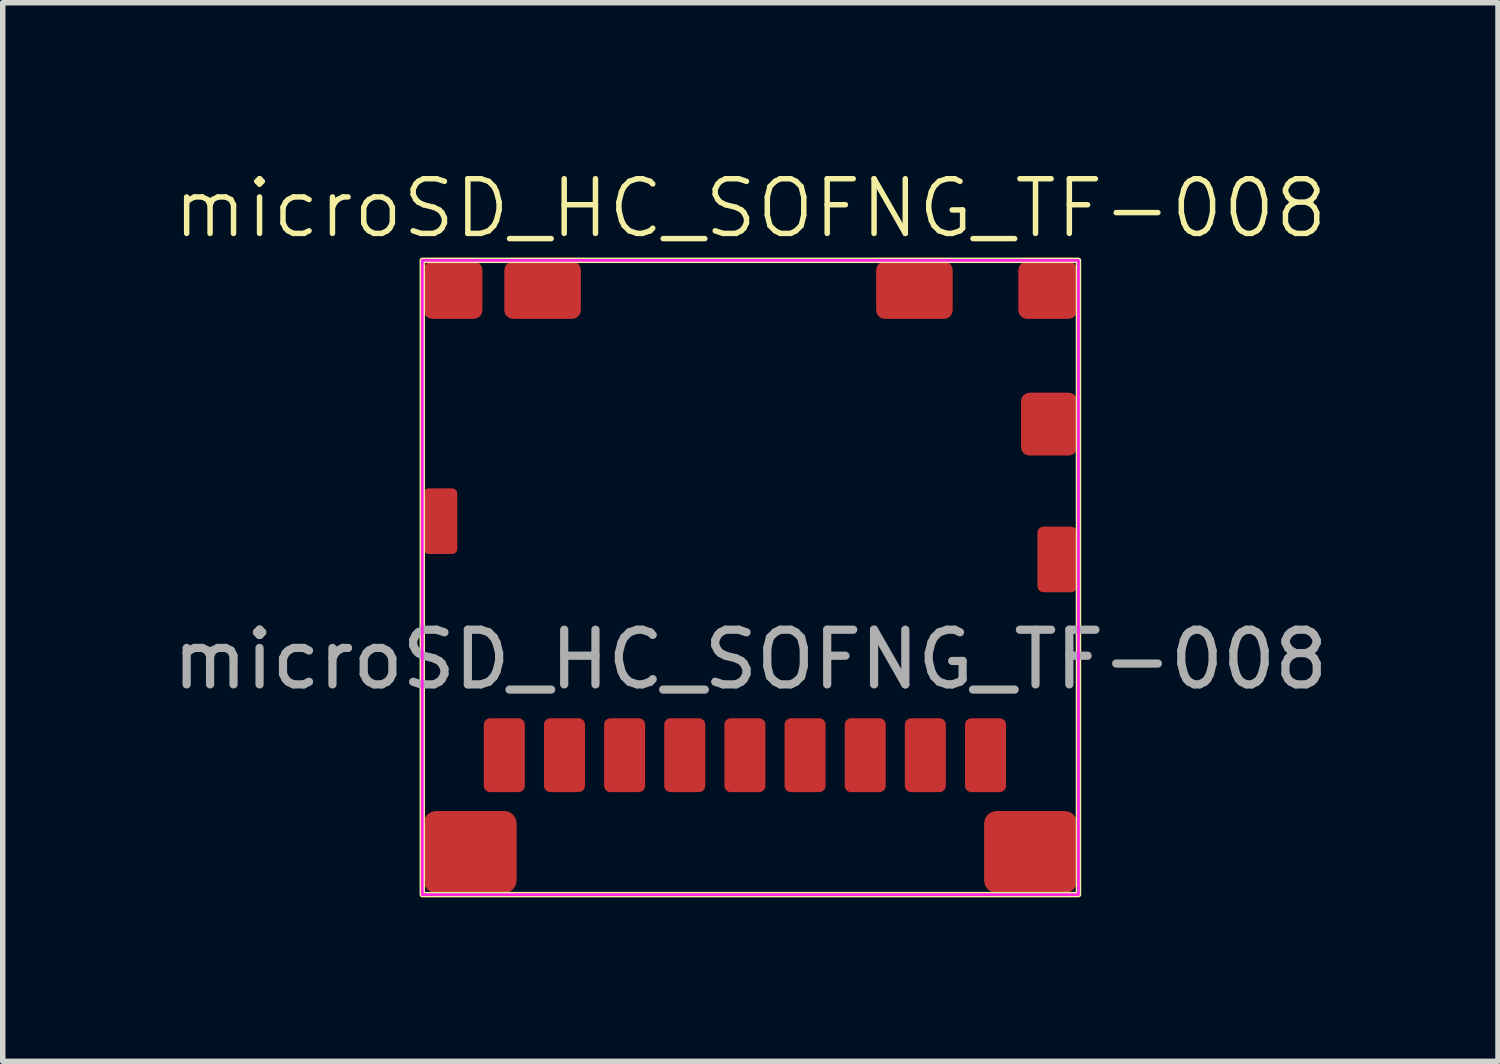
<source format=kicad_pcb>
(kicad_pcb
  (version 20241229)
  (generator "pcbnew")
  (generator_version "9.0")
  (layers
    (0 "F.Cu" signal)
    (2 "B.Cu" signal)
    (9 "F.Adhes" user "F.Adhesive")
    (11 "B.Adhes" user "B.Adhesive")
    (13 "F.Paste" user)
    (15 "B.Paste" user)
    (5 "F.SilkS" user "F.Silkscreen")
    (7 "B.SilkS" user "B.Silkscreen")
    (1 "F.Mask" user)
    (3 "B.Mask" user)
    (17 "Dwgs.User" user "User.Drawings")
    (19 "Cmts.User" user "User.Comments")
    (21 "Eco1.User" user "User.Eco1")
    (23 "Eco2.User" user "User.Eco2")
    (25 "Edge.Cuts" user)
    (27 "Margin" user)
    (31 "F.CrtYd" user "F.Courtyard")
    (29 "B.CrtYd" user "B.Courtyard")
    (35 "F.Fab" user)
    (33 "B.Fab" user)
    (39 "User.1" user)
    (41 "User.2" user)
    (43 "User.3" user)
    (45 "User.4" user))
  (footprint "microSD_HC_SOFNG_TF-008"
    (layer "F.Cu")
    (at 10.673 10.761)
    (property "Reference" "microSD_HC_SOFNG_TF-008" (at 0 -10 0) (unlocked yes) (layer "F.SilkS") (effects (font (size 1 1) (thickness 0.1))))
    (attr smd)
    (fp_rect (start -6 -9.05) (end 6 2.55) (stroke (width 0.1) (type default)) (fill no) (layer "F.SilkS"))
    (fp_rect (start -6 -9.05) (end 6 2.55) (stroke (width 0.05) (type default)) (fill no) (layer "F.CrtYd"))
    (fp_text user "${REFERENCE}" (at 0 -1.75 0) (unlocked yes) (layer "F.Fab") (effects (font (size 1 1) (thickness 0.15))))
    (pad "1" smd roundrect (at 3.2 0) (size 0.75 1.35) (layers "F.Cu" "F.Mask" "F.Paste") (roundrect_rratio 0.15))
    (pad "2" smd roundrect (at 2.1 0) (size 0.75 1.35) (layers "F.Cu" "F.Mask" "F.Paste") (roundrect_rratio 0.15))
    (pad "3" smd roundrect (at 1 0) (size 0.75 1.35) (layers "F.Cu" "F.Mask" "F.Paste") (roundrect_rratio 0.15))
    (pad "4" smd roundrect (at -0.1 0) (size 0.75 1.35) (layers "F.Cu" "F.Mask" "F.Paste") (roundrect_rratio 0.15))
    (pad "5" smd roundrect (at -1.2 0) (size 0.75 1.35) (layers "F.Cu" "F.Mask" "F.Paste") (roundrect_rratio 0.15))
    (pad "6" smd roundrect (at -2.3 0) (size 0.75 1.35) (layers "F.Cu" "F.Mask" "F.Paste") (roundrect_rratio 0.15))
    (pad "7" smd roundrect (at -3.4 0) (size 0.75 1.35) (layers "F.Cu" "F.Mask" "F.Paste") (roundrect_rratio 0.15))
    (pad "8" smd roundrect (at -4.5 0) (size 0.75 1.35) (layers "F.Cu" "F.Mask" "F.Paste") (roundrect_rratio 0.15))
    (pad "9" smd roundrect (at 5.463 -6.055) (size 1.025 1.15) (layers "F.Cu" "F.Mask" "F.Paste") (roundrect_rratio 0.15))
    (pad "10" smd roundrect (at 4.3 0) (size 0.75 1.35) (layers "F.Cu" "F.Mask" "F.Paste") (roundrect_rratio 0.15))
    (pad "11" smd roundrect (at -5.668 -4.28) (size 0.615 1.2) (layers "F.Cu" "F.Mask" "F.Paste") (roundrect_rratio 0.15))
    (pad "11" smd roundrect (at -5.438 -8.505) (size 1.075 1.05) (layers "F.Cu" "F.Mask" "F.Paste") (roundrect_rratio 0.15))
    (pad "11" smd roundrect (at -5.125 1.77) (size 1.7 1.5) (layers "F.Cu" "F.Mask" "F.Paste") (roundrect_rratio 0.15))
    (pad "11" smd roundrect (at -3.8 -8.505) (size 1.4 1.05) (layers "F.Cu" "F.Mask" "F.Paste") (roundrect_rratio 0.15))
    (pad "11" smd roundrect (at 3 -8.505) (size 1.4 1.05) (layers "F.Cu" "F.Mask" "F.Paste") (roundrect_rratio 0.15))
    (pad "11" smd roundrect (at 5.125 1.77) (size 1.7 1.5) (layers "F.Cu" "F.Mask" "F.Paste") (roundrect_rratio 0.15))
    (pad "11" smd roundrect (at 5.438 -8.505) (size 1.075 1.05) (layers "F.Cu" "F.Mask" "F.Paste") (roundrect_rratio 0.15))
    (pad "11" smd roundrect (at 5.612 -3.58) (size 0.725 1.2) (layers "F.Cu" "F.Mask" "F.Paste") (roundrect_rratio 0.15))
    (zone (net_name "") (layer "F.Cu") (hatch edge 0.5) (connect_pads) (min_thickness 0.25) (filled_areas_thickness no) (keepout (tracks not_allowed) (vias not_allowed) (pads not_allowed) (copperpour not_allowed) (footprints not_allowed)) (placement (enabled no)) (fill) (polygon (pts (xy 15.773 11.761) (xy 15.773 9.161) (xy 5.523 9.161) (xy 5.523 11.761) (xy 4.673 11.761) (xy 4.673 7.111) (xy 5.323 7.111) (xy 5.323 5.861) (xy 4.673 5.861) (xy 4.673 2.811) (xy 5.273 2.811) (xy 5.273 3.16) (xy 16.023 3.16) (xy 16.023 2.811) (xy 16.673 2.811) (xy 16.673 4.111) (xy 15.623 4.111) (xy 15.623 5.311) (xy 16.673 5.311) (xy 16.673 6.561) (xy 15.923 6.561) (xy 15.923 7.811) (xy 16.673 7.811) (xy 16.673 11.761)))))
  (gr_rect
    (start -3 -3)
    (end 24.345 16.36)
    (stroke (width 0.1) (type default))
    (fill no)
    (layer "Edge.Cuts")))
</source>
